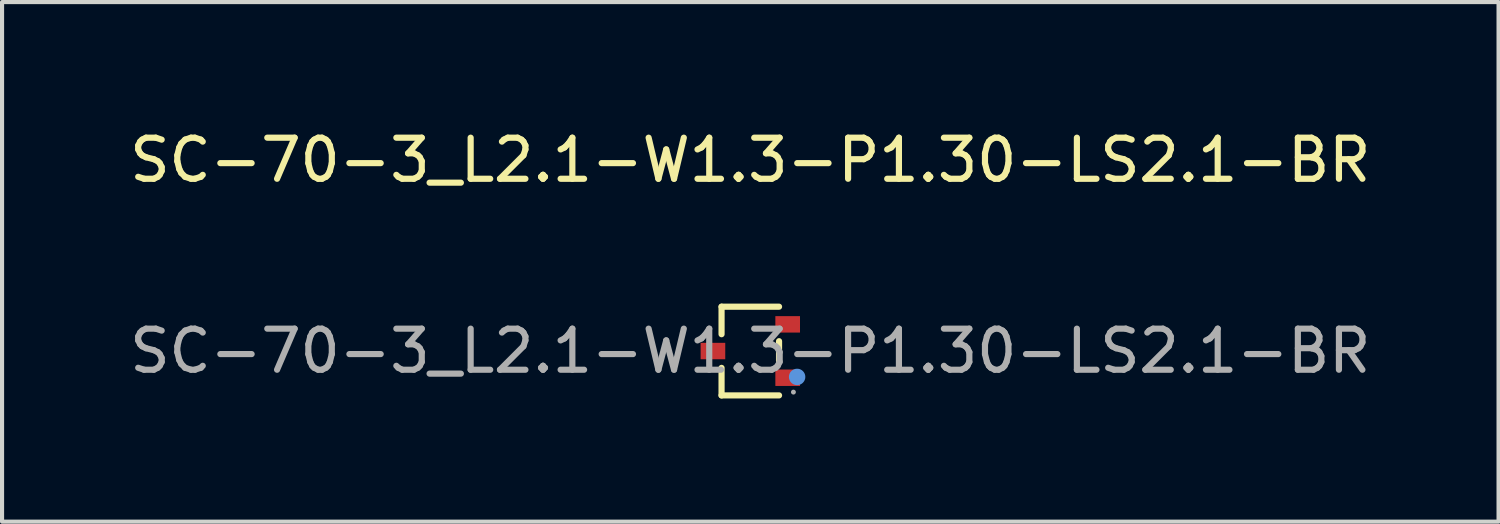
<source format=kicad_pcb>
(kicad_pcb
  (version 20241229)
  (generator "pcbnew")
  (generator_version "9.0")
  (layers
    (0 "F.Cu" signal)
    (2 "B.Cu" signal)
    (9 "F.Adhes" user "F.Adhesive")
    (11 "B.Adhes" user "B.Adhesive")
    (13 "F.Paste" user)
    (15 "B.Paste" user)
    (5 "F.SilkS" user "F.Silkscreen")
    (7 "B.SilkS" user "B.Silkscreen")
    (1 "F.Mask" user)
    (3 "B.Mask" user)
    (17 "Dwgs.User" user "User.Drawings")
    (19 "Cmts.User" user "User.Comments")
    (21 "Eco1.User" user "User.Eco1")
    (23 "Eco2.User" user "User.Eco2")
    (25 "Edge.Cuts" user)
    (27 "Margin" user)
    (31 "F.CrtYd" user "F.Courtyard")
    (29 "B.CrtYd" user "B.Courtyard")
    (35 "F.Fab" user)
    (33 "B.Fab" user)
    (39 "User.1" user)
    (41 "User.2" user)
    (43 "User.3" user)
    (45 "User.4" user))
  (footprint "SC-70-3_L2.1-W1.3-P1.30-LS2.1-BR"
    (layer "F.Cu")
    (at 15.22 5.498)
    (property "Reference" "SC-70-3_L2.1-W1.3-P1.30-LS2.1-BR" (at 0 -4.65 0) (layer "F.SilkS") (effects (font (size 1 1) (thickness 0.15))))
    (attr smd)
    (fp_line (start -0.7 -1.08) (end -0.7 -0.41) (stroke (width 0.15) (type solid)) (layer "F.SilkS"))
    (fp_line (start -0.7 1.08) (end -0.7 0.41) (stroke (width 0.15) (type solid)) (layer "F.SilkS"))
    (fp_line (start 0.7 -1.08) (end -0.7 -1.08) (stroke (width 0.15) (type solid)) (layer "F.SilkS"))
    (fp_line (start 0.7 -0.24) (end 0.7 0.24) (stroke (width 0.15) (type solid)) (layer "F.SilkS"))
    (fp_line (start 0.7 1.08) (end -0.7 1.08) (stroke (width 0.15) (type solid)) (layer "F.SilkS"))
    (fp_circle (center 1.14 0.63) (end 1.24 0.63) (stroke (width 0.2) (type solid)) (fill no) (layer "Cmts.User"))
    (fp_circle (center 1.05 1) (end 1.08 1) (stroke (width 0.06) (type solid)) (fill no) (layer "F.Fab"))
    (fp_text user "${REFERENCE}" (at 0 0 0) (layer "F.Fab") (effects (font (size 1 1) (thickness 0.15))))
    (pad "1" smd rect (at 0.91 0.65) (size 0.6 0.4) (layers "F.Cu" "F.Mask" "F.Paste"))
    (pad "2" smd rect (at 0.91 -0.65) (size 0.6 0.4) (layers "F.Cu" "F.Mask" "F.Paste"))
    (pad "3" smd rect (at -0.91 0) (size 0.6 0.4) (layers "F.Cu" "F.Mask" "F.Paste")))
  (gr_rect
    (start -3 -3)
    (end 33.44 9.653)
    (stroke (width 0.1) (type default))
    (fill no)
    (layer "Edge.Cuts")))
</source>
